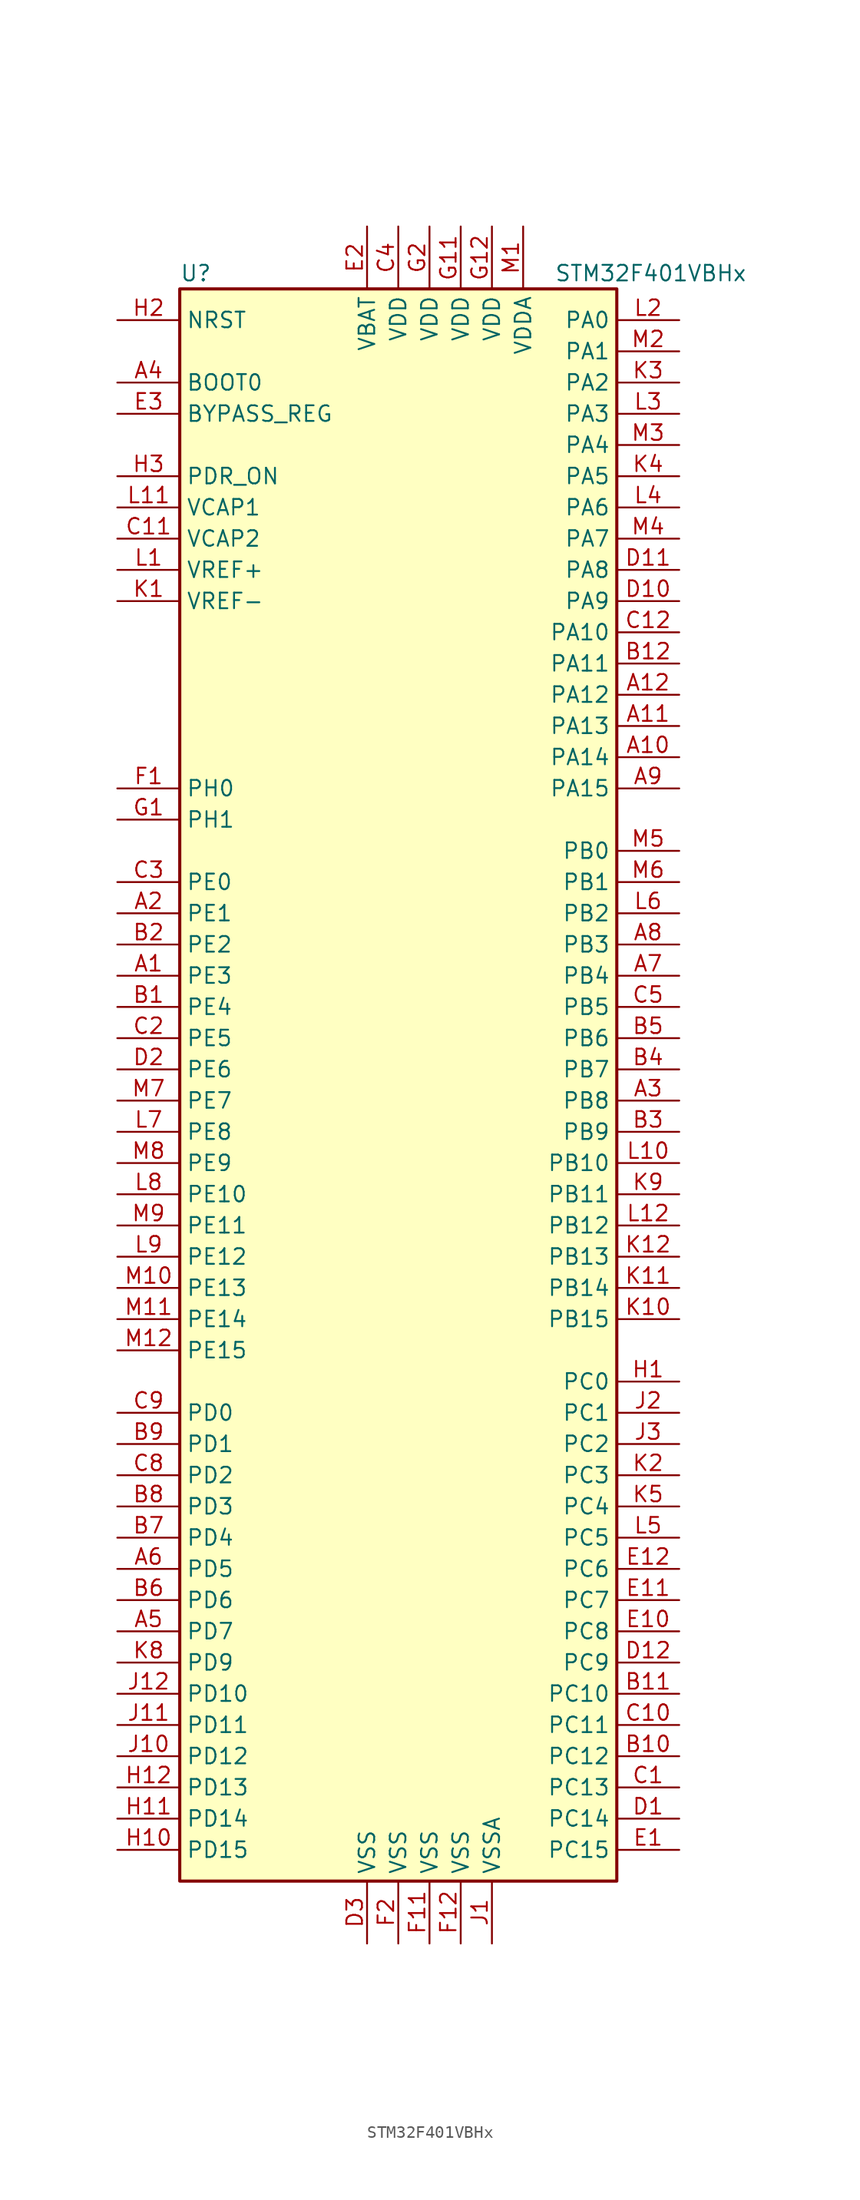
<source format=kicad_sym>
(kicad_symbol_lib
  (version 20211014)
  (generator kicad_symbol_editor)
  (symbol "STM32F401VBHx"
    (property "Reference" "U"
      (at -17.78 64.77 0)
      (effects (font (size 1.27 1.27)) (justify left)))
    (property "Value" "STM32F401VBHx"
      (at 12.7 64.77 0)
      (effects (font (size 1.27 1.27)) (justify left)))
    (symbol "STM32F401VBHx_0_1"
      (rectangle (start -17.78 -66.04) (end 17.78 63.5) (stroke (width 0.254) (type default) (color 0 0 0 0)) (fill (type background))))
    (symbol "STM32F401VBHx_1_1"
      (pin bidirectional line (at -22.86 7.62 0) (length 5.08) (name "PE3" (effects (font (size 1.27 1.27)))) (number "A1" (effects (font (size 1.27 1.27)))))
      (pin bidirectional line (at 22.86 25.4 180) (length 5.08) (name "PA14" (effects (font (size 1.27 1.27)))) (number "A10" (effects (font (size 1.27 1.27)))))
      (pin bidirectional line (at 22.86 27.94 180) (length 5.08) (name "PA13" (effects (font (size 1.27 1.27)))) (number "A11" (effects (font (size 1.27 1.27)))))
      (pin bidirectional line (at 22.86 30.48 180) (length 5.08) (name "PA12" (effects (font (size 1.27 1.27)))) (number "A12" (effects (font (size 1.27 1.27)))))
      (pin bidirectional line (at -22.86 12.7 0) (length 5.08) (name "PE1" (effects (font (size 1.27 1.27)))) (number "A2" (effects (font (size 1.27 1.27)))))
      (pin bidirectional line (at 22.86 -2.54 180) (length 5.08) (name "PB8" (effects (font (size 1.27 1.27)))) (number "A3" (effects (font (size 1.27 1.27)))))
      (pin input line (at -22.86 55.88 0) (length 5.08) (name "BOOT0" (effects (font (size 1.27 1.27)))) (number "A4" (effects (font (size 1.27 1.27)))))
      (pin bidirectional line (at -22.86 -45.72 0) (length 5.08) (name "PD7" (effects (font (size 1.27 1.27)))) (number "A5" (effects (font (size 1.27 1.27)))))
      (pin bidirectional line (at -22.86 -40.64 0) (length 5.08) (name "PD5" (effects (font (size 1.27 1.27)))) (number "A6" (effects (font (size 1.27 1.27)))))
      (pin bidirectional line (at 22.86 7.62 180) (length 5.08) (name "PB4" (effects (font (size 1.27 1.27)))) (number "A7" (effects (font (size 1.27 1.27)))))
      (pin bidirectional line (at 22.86 10.16 180) (length 5.08) (name "PB3" (effects (font (size 1.27 1.27)))) (number "A8" (effects (font (size 1.27 1.27)))))
      (pin bidirectional line (at 22.86 22.86 180) (length 5.08) (name "PA15" (effects (font (size 1.27 1.27)))) (number "A9" (effects (font (size 1.27 1.27)))))
      (pin bidirectional line (at -22.86 5.08 0) (length 5.08) (name "PE4" (effects (font (size 1.27 1.27)))) (number "B1" (effects (font (size 1.27 1.27)))))
      (pin bidirectional line (at 22.86 -55.88 180) (length 5.08) (name "PC12" (effects (font (size 1.27 1.27)))) (number "B10" (effects (font (size 1.27 1.27)))))
      (pin bidirectional line (at 22.86 -50.8 180) (length 5.08) (name "PC10" (effects (font (size 1.27 1.27)))) (number "B11" (effects (font (size 1.27 1.27)))))
      (pin bidirectional line (at 22.86 33.02 180) (length 5.08) (name "PA11" (effects (font (size 1.27 1.27)))) (number "B12" (effects (font (size 1.27 1.27)))))
      (pin bidirectional line (at -22.86 10.16 0) (length 5.08) (name "PE2" (effects (font (size 1.27 1.27)))) (number "B2" (effects (font (size 1.27 1.27)))))
      (pin bidirectional line (at 22.86 -5.08 180) (length 5.08) (name "PB9" (effects (font (size 1.27 1.27)))) (number "B3" (effects (font (size 1.27 1.27)))))
      (pin bidirectional line (at 22.86 0 180) (length 5.08) (name "PB7" (effects (font (size 1.27 1.27)))) (number "B4" (effects (font (size 1.27 1.27)))))
      (pin bidirectional line (at 22.86 2.54 180) (length 5.08) (name "PB6" (effects (font (size 1.27 1.27)))) (number "B5" (effects (font (size 1.27 1.27)))))
      (pin bidirectional line (at -22.86 -43.18 0) (length 5.08) (name "PD6" (effects (font (size 1.27 1.27)))) (number "B6" (effects (font (size 1.27 1.27)))))
      (pin bidirectional line (at -22.86 -38.1 0) (length 5.08) (name "PD4" (effects (font (size 1.27 1.27)))) (number "B7" (effects (font (size 1.27 1.27)))))
      (pin bidirectional line (at -22.86 -35.56 0) (length 5.08) (name "PD3" (effects (font (size 1.27 1.27)))) (number "B8" (effects (font (size 1.27 1.27)))))
      (pin bidirectional line (at -22.86 -30.48 0) (length 5.08) (name "PD1" (effects (font (size 1.27 1.27)))) (number "B9" (effects (font (size 1.27 1.27)))))
      (pin bidirectional line (at 22.86 -58.42 180) (length 5.08) (name "PC13" (effects (font (size 1.27 1.27)))) (number "C1" (effects (font (size 1.27 1.27)))))
      (pin bidirectional line (at 22.86 -53.34 180) (length 5.08) (name "PC11" (effects (font (size 1.27 1.27)))) (number "C10" (effects (font (size 1.27 1.27)))))
      (pin power_in line (at -22.86 43.18 0) (length 5.08) (name "VCAP2" (effects (font (size 1.27 1.27)))) (number "C11" (effects (font (size 1.27 1.27)))))
      (pin bidirectional line (at 22.86 35.56 180) (length 5.08) (name "PA10" (effects (font (size 1.27 1.27)))) (number "C12" (effects (font (size 1.27 1.27)))))
      (pin bidirectional line (at -22.86 2.54 0) (length 5.08) (name "PE5" (effects (font (size 1.27 1.27)))) (number "C2" (effects (font (size 1.27 1.27)))))
      (pin bidirectional line (at -22.86 15.24 0) (length 5.08) (name "PE0" (effects (font (size 1.27 1.27)))) (number "C3" (effects (font (size 1.27 1.27)))))
      (pin power_in line (at 0 68.58 270) (length 5.08) (name "VDD" (effects (font (size 1.27 1.27)))) (number "C4" (effects (font (size 1.27 1.27)))))
      (pin bidirectional line (at 22.86 5.08 180) (length 5.08) (name "PB5" (effects (font (size 1.27 1.27)))) (number "C5" (effects (font (size 1.27 1.27)))))
      (pin bidirectional line (at -22.86 -33.02 0) (length 5.08) (name "PD2" (effects (font (size 1.27 1.27)))) (number "C8" (effects (font (size 1.27 1.27)))))
      (pin bidirectional line (at -22.86 -27.94 0) (length 5.08) (name "PD0" (effects (font (size 1.27 1.27)))) (number "C9" (effects (font (size 1.27 1.27)))))
      (pin bidirectional line (at 22.86 -60.96 180) (length 5.08) (name "PC14" (effects (font (size 1.27 1.27)))) (number "D1" (effects (font (size 1.27 1.27)))))
      (pin bidirectional line (at 22.86 38.1 180) (length 5.08) (name "PA9" (effects (font (size 1.27 1.27)))) (number "D10" (effects (font (size 1.27 1.27)))))
      (pin bidirectional line (at 22.86 40.64 180) (length 5.08) (name "PA8" (effects (font (size 1.27 1.27)))) (number "D11" (effects (font (size 1.27 1.27)))))
      (pin bidirectional line (at 22.86 -48.26 180) (length 5.08) (name "PC9" (effects (font (size 1.27 1.27)))) (number "D12" (effects (font (size 1.27 1.27)))))
      (pin bidirectional line (at -22.86 0 0) (length 5.08) (name "PE6" (effects (font (size 1.27 1.27)))) (number "D2" (effects (font (size 1.27 1.27)))))
      (pin power_in line (at -2.54 -71.12 90) (length 5.08) (name "VSS" (effects (font (size 1.27 1.27)))) (number "D3" (effects (font (size 1.27 1.27)))))
      (pin bidirectional line (at 22.86 -63.5 180) (length 5.08) (name "PC15" (effects (font (size 1.27 1.27)))) (number "E1" (effects (font (size 1.27 1.27)))))
      (pin bidirectional line (at 22.86 -45.72 180) (length 5.08) (name "PC8" (effects (font (size 1.27 1.27)))) (number "E10" (effects (font (size 1.27 1.27)))))
      (pin bidirectional line (at 22.86 -43.18 180) (length 5.08) (name "PC7" (effects (font (size 1.27 1.27)))) (number "E11" (effects (font (size 1.27 1.27)))))
      (pin bidirectional line (at 22.86 -40.64 180) (length 5.08) (name "PC6" (effects (font (size 1.27 1.27)))) (number "E12" (effects (font (size 1.27 1.27)))))
      (pin power_in line (at -2.54 68.58 270) (length 5.08) (name "VBAT" (effects (font (size 1.27 1.27)))) (number "E2" (effects (font (size 1.27 1.27)))))
      (pin input line (at -22.86 53.34 0) (length 5.08) (name "BYPASS_REG" (effects (font (size 1.27 1.27)))) (number "E3" (effects (font (size 1.27 1.27)))))
      (pin input line (at -22.86 22.86 0) (length 5.08) (name "PH0" (effects (font (size 1.27 1.27)))) (number "F1" (effects (font (size 1.27 1.27)))))
      (pin power_in line (at 2.54 -71.12 90) (length 5.08) (name "VSS" (effects (font (size 1.27 1.27)))) (number "F11" (effects (font (size 1.27 1.27)))))
      (pin power_in line (at 5.08 -71.12 90) (length 5.08) (name "VSS" (effects (font (size 1.27 1.27)))) (number "F12" (effects (font (size 1.27 1.27)))))
      (pin power_in line (at 0 -71.12 90) (length 5.08) (name "VSS" (effects (font (size 1.27 1.27)))) (number "F2" (effects (font (size 1.27 1.27)))))
      (pin input line (at -22.86 20.32 0) (length 5.08) (name "PH1" (effects (font (size 1.27 1.27)))) (number "G1" (effects (font (size 1.27 1.27)))))
      (pin power_in line (at 5.08 68.58 270) (length 5.08) (name "VDD" (effects (font (size 1.27 1.27)))) (number "G11" (effects (font (size 1.27 1.27)))))
      (pin power_in line (at 7.62 68.58 270) (length 5.08) (name "VDD" (effects (font (size 1.27 1.27)))) (number "G12" (effects (font (size 1.27 1.27)))))
      (pin power_in line (at 2.54 68.58 270) (length 5.08) (name "VDD" (effects (font (size 1.27 1.27)))) (number "G2" (effects (font (size 1.27 1.27)))))
      (pin bidirectional line (at 22.86 -25.4 180) (length 5.08) (name "PC0" (effects (font (size 1.27 1.27)))) (number "H1" (effects (font (size 1.27 1.27)))))
      (pin bidirectional line (at -22.86 -63.5 0) (length 5.08) (name "PD15" (effects (font (size 1.27 1.27)))) (number "H10" (effects (font (size 1.27 1.27)))))
      (pin bidirectional line (at -22.86 -60.96 0) (length 5.08) (name "PD14" (effects (font (size 1.27 1.27)))) (number "H11" (effects (font (size 1.27 1.27)))))
      (pin bidirectional line (at -22.86 -58.42 0) (length 5.08) (name "PD13" (effects (font (size 1.27 1.27)))) (number "H12" (effects (font (size 1.27 1.27)))))
      (pin input line (at -22.86 60.96 0) (length 5.08) (name "NRST" (effects (font (size 1.27 1.27)))) (number "H2" (effects (font (size 1.27 1.27)))))
      (pin power_in line (at -22.86 48.26 0) (length 5.08) (name "PDR_ON" (effects (font (size 1.27 1.27)))) (number "H3" (effects (font (size 1.27 1.27)))))
      (pin power_in line (at 7.62 -71.12 90) (length 5.08) (name "VSSA" (effects (font (size 1.27 1.27)))) (number "J1" (effects (font (size 1.27 1.27)))))
      (pin bidirectional line (at -22.86 -55.88 0) (length 5.08) (name "PD12" (effects (font (size 1.27 1.27)))) (number "J10" (effects (font (size 1.27 1.27)))))
      (pin bidirectional line (at -22.86 -53.34 0) (length 5.08) (name "PD11" (effects (font (size 1.27 1.27)))) (number "J11" (effects (font (size 1.27 1.27)))))
      (pin bidirectional line (at -22.86 -50.8 0) (length 5.08) (name "PD10" (effects (font (size 1.27 1.27)))) (number "J12" (effects (font (size 1.27 1.27)))))
      (pin bidirectional line (at 22.86 -27.94 180) (length 5.08) (name "PC1" (effects (font (size 1.27 1.27)))) (number "J2" (effects (font (size 1.27 1.27)))))
      (pin bidirectional line (at 22.86 -30.48 180) (length 5.08) (name "PC2" (effects (font (size 1.27 1.27)))) (number "J3" (effects (font (size 1.27 1.27)))))
      (pin power_in line (at -22.86 38.1 0) (length 5.08) (name "VREF-" (effects (font (size 1.27 1.27)))) (number "K1" (effects (font (size 1.27 1.27)))))
      (pin bidirectional line (at 22.86 -20.32 180) (length 5.08) (name "PB15" (effects (font (size 1.27 1.27)))) (number "K10" (effects (font (size 1.27 1.27)))))
      (pin bidirectional line (at 22.86 -17.78 180) (length 5.08) (name "PB14" (effects (font (size 1.27 1.27)))) (number "K11" (effects (font (size 1.27 1.27)))))
      (pin bidirectional line (at 22.86 -15.24 180) (length 5.08) (name "PB13" (effects (font (size 1.27 1.27)))) (number "K12" (effects (font (size 1.27 1.27)))))
      (pin bidirectional line (at 22.86 -33.02 180) (length 5.08) (name "PC3" (effects (font (size 1.27 1.27)))) (number "K2" (effects (font (size 1.27 1.27)))))
      (pin bidirectional line (at 22.86 55.88 180) (length 5.08) (name "PA2" (effects (font (size 1.27 1.27)))) (number "K3" (effects (font (size 1.27 1.27)))))
      (pin bidirectional line (at 22.86 48.26 180) (length 5.08) (name "PA5" (effects (font (size 1.27 1.27)))) (number "K4" (effects (font (size 1.27 1.27)))))
      (pin bidirectional line (at 22.86 -35.56 180) (length 5.08) (name "PC4" (effects (font (size 1.27 1.27)))) (number "K5" (effects (font (size 1.27 1.27)))))
      (pin bidirectional line (at -22.86 -48.26 0) (length 5.08) (name "PD9" (effects (font (size 1.27 1.27)))) (number "K8" (effects (font (size 1.27 1.27)))))
      (pin bidirectional line (at 22.86 -10.16 180) (length 5.08) (name "PB11" (effects (font (size 1.27 1.27)))) (number "K9" (effects (font (size 1.27 1.27)))))
      (pin power_in line (at -22.86 40.64 0) (length 5.08) (name "VREF+" (effects (font (size 1.27 1.27)))) (number "L1" (effects (font (size 1.27 1.27)))))
      (pin bidirectional line (at 22.86 -7.62 180) (length 5.08) (name "PB10" (effects (font (size 1.27 1.27)))) (number "L10" (effects (font (size 1.27 1.27)))))
      (pin power_in line (at -22.86 45.72 0) (length 5.08) (name "VCAP1" (effects (font (size 1.27 1.27)))) (number "L11" (effects (font (size 1.27 1.27)))))
      (pin bidirectional line (at 22.86 -12.7 180) (length 5.08) (name "PB12" (effects (font (size 1.27 1.27)))) (number "L12" (effects (font (size 1.27 1.27)))))
      (pin bidirectional line (at 22.86 60.96 180) (length 5.08) (name "PA0" (effects (font (size 1.27 1.27)))) (number "L2" (effects (font (size 1.27 1.27)))))
      (pin bidirectional line (at 22.86 53.34 180) (length 5.08) (name "PA3" (effects (font (size 1.27 1.27)))) (number "L3" (effects (font (size 1.27 1.27)))))
      (pin bidirectional line (at 22.86 45.72 180) (length 5.08) (name "PA6" (effects (font (size 1.27 1.27)))) (number "L4" (effects (font (size 1.27 1.27)))))
      (pin bidirectional line (at 22.86 -38.1 180) (length 5.08) (name "PC5" (effects (font (size 1.27 1.27)))) (number "L5" (effects (font (size 1.27 1.27)))))
      (pin bidirectional line (at 22.86 12.7 180) (length 5.08) (name "PB2" (effects (font (size 1.27 1.27)))) (number "L6" (effects (font (size 1.27 1.27)))))
      (pin bidirectional line (at -22.86 -5.08 0) (length 5.08) (name "PE8" (effects (font (size 1.27 1.27)))) (number "L7" (effects (font (size 1.27 1.27)))))
      (pin bidirectional line (at -22.86 -10.16 0) (length 5.08) (name "PE10" (effects (font (size 1.27 1.27)))) (number "L8" (effects (font (size 1.27 1.27)))))
      (pin bidirectional line (at -22.86 -15.24 0) (length 5.08) (name "PE12" (effects (font (size 1.27 1.27)))) (number "L9" (effects (font (size 1.27 1.27)))))
      (pin power_in line (at 10.16 68.58 270) (length 5.08) (name "VDDA" (effects (font (size 1.27 1.27)))) (number "M1" (effects (font (size 1.27 1.27)))))
      (pin bidirectional line (at -22.86 -17.78 0) (length 5.08) (name "PE13" (effects (font (size 1.27 1.27)))) (number "M10" (effects (font (size 1.27 1.27)))))
      (pin bidirectional line (at -22.86 -20.32 0) (length 5.08) (name "PE14" (effects (font (size 1.27 1.27)))) (number "M11" (effects (font (size 1.27 1.27)))))
      (pin bidirectional line (at -22.86 -22.86 0) (length 5.08) (name "PE15" (effects (font (size 1.27 1.27)))) (number "M12" (effects (font (size 1.27 1.27)))))
      (pin bidirectional line (at 22.86 58.42 180) (length 5.08) (name "PA1" (effects (font (size 1.27 1.27)))) (number "M2" (effects (font (size 1.27 1.27)))))
      (pin bidirectional line (at 22.86 50.8 180) (length 5.08) (name "PA4" (effects (font (size 1.27 1.27)))) (number "M3" (effects (font (size 1.27 1.27)))))
      (pin bidirectional line (at 22.86 43.18 180) (length 5.08) (name "PA7" (effects (font (size 1.27 1.27)))) (number "M4" (effects (font (size 1.27 1.27)))))
      (pin bidirectional line (at 22.86 17.78 180) (length 5.08) (name "PB0" (effects (font (size 1.27 1.27)))) (number "M5" (effects (font (size 1.27 1.27)))))
      (pin bidirectional line (at 22.86 15.24 180) (length 5.08) (name "PB1" (effects (font (size 1.27 1.27)))) (number "M6" (effects (font (size 1.27 1.27)))))
      (pin bidirectional line (at -22.86 -2.54 0) (length 5.08) (name "PE7" (effects (font (size 1.27 1.27)))) (number "M7" (effects (font (size 1.27 1.27)))))
      (pin bidirectional line (at -22.86 -7.62 0) (length 5.08) (name "PE9" (effects (font (size 1.27 1.27)))) (number "M8" (effects (font (size 1.27 1.27)))))
      (pin bidirectional line (at -22.86 -12.7 0) (length 5.08) (name "PE11" (effects (font (size 1.27 1.27)))) (number "M9" (effects (font (size 1.27 1.27))))))))
</source>
